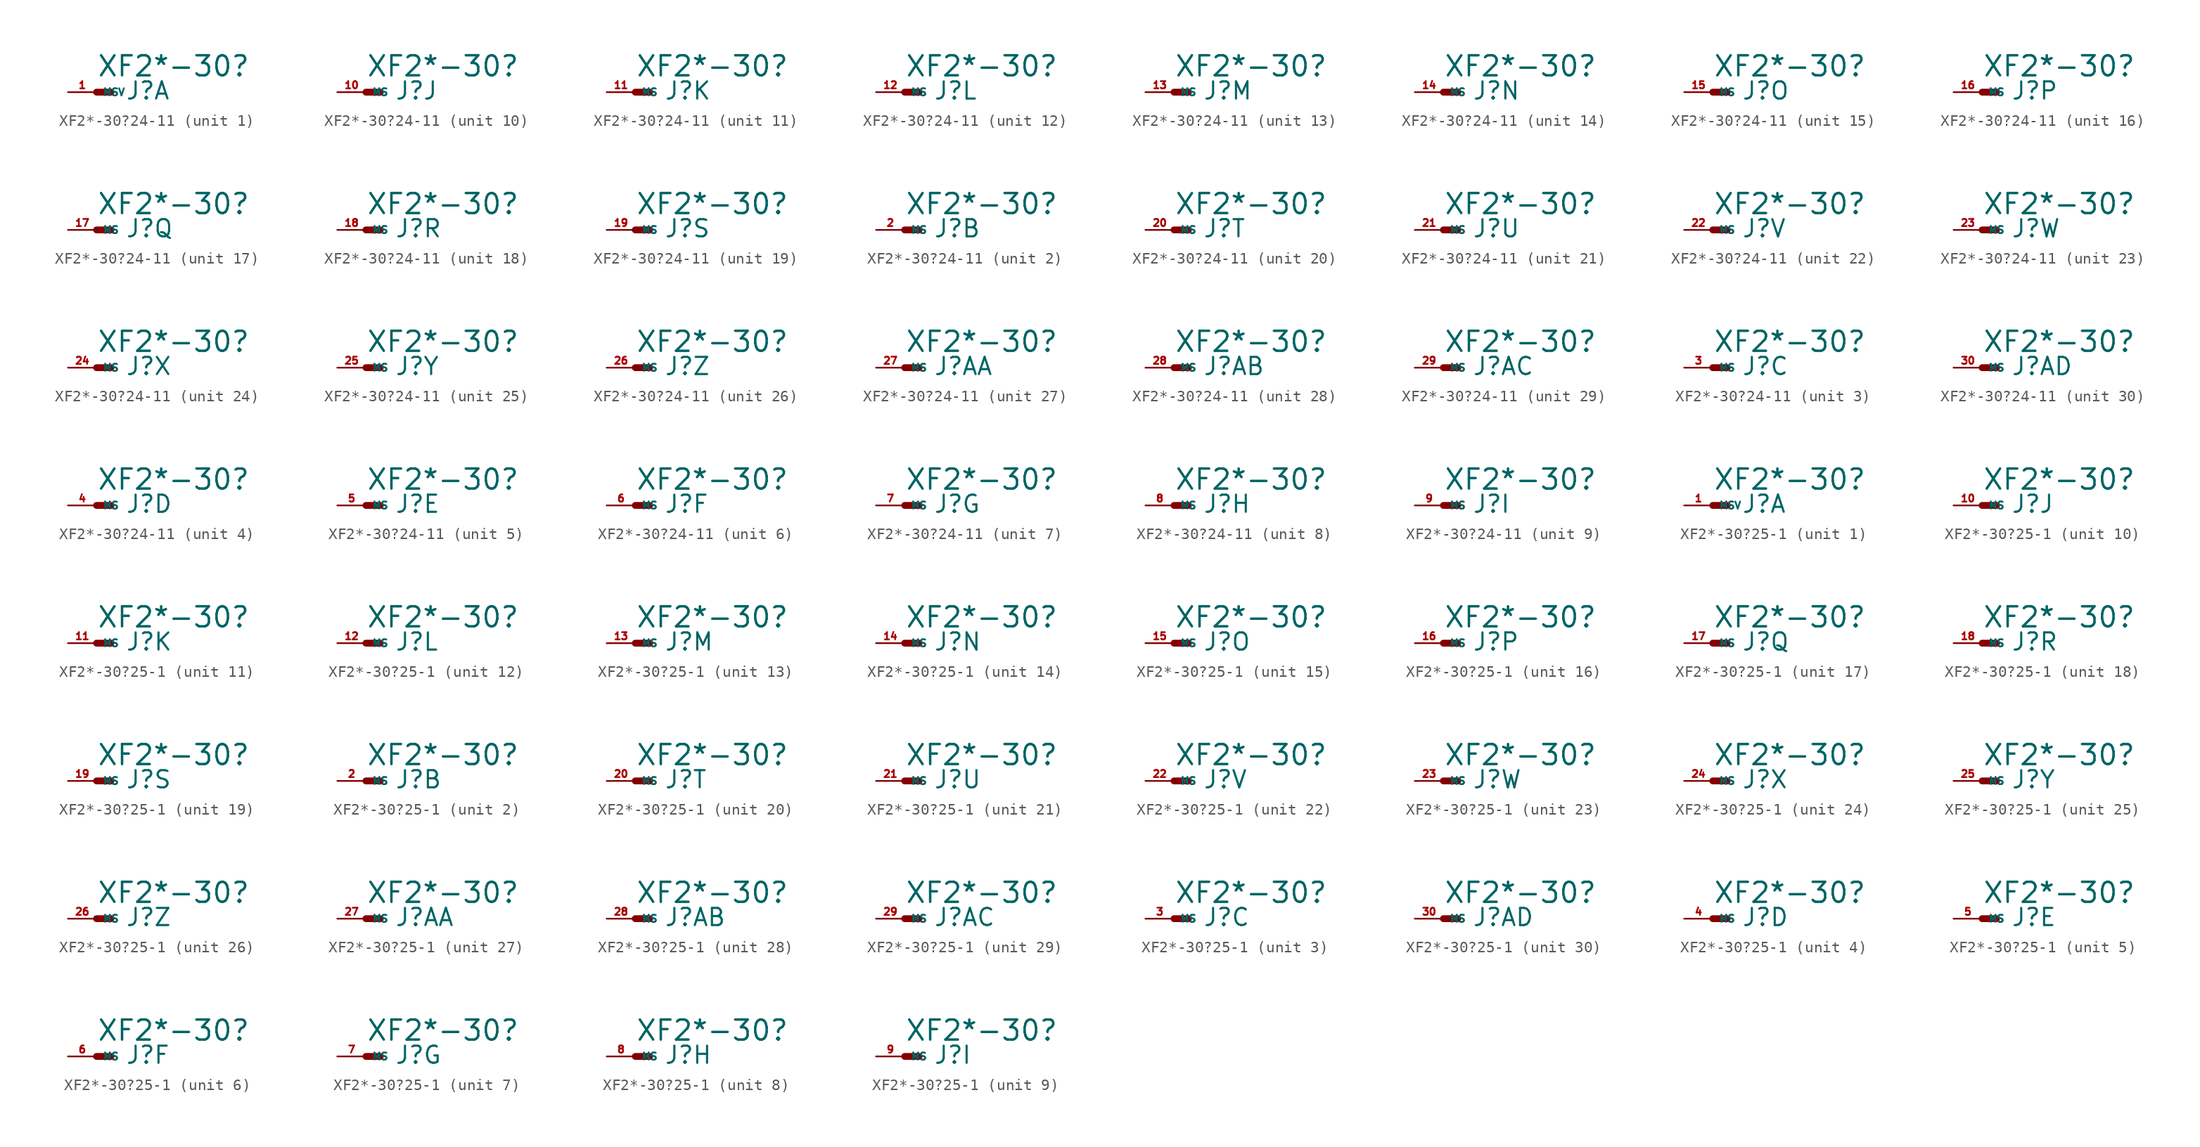
<source format=kicad_sym>
(kicad_symbol_lib
  (version 20220914)
  (generator Eagle2Kicad)
  (symbol "XF2*-30?24-11"
    (property "Reference" "J"
      (at 2.54 -0.762 0)
      (effects (font (size 1.524 1.524) (thickness 0.19)) (justify left bottom)))
    (property "Value" "XF2*-30?"
      (at 0 1.27 0)
      (effects (font (size 1.778 1.778) (thickness 0.22)) (justify left bottom)))
    (symbol "XF2*-30?24-11_1_0"
      (polyline (pts (xy 0 0) (xy 1.27 0)) (stroke (width 0.61) (type default)) (fill (type none)))
      (pin passive line (at -2.54 0 0) (length 2.54) (name "MSV" (effects (font (size 0.635 0.635) (thickness 0.08)) (justify left bottom))) (number "1" (effects (font (size 0.635 0.635) (thickness 0.08)) (justify left bottom)))))
    (symbol "XF2*-30?24-11_2_0"
      (polyline (pts (xy 0 0) (xy 1.27 0)) (stroke (width 0.61) (type default)) (fill (type none)))
      (pin passive line (at -2.54 0 0) (length 2.54) (name "MS" (effects (font (size 0.635 0.635) (thickness 0.08)) (justify left bottom))) (number "2" (effects (font (size 0.635 0.635) (thickness 0.08)) (justify left bottom)))))
    (symbol "XF2*-30?24-11_3_0"
      (polyline (pts (xy 0 0) (xy 1.27 0)) (stroke (width 0.61) (type default)) (fill (type none)))
      (pin passive line (at -2.54 0 0) (length 2.54) (name "MS" (effects (font (size 0.635 0.635) (thickness 0.08)) (justify left bottom))) (number "3" (effects (font (size 0.635 0.635) (thickness 0.08)) (justify left bottom)))))
    (symbol "XF2*-30?24-11_4_0"
      (polyline (pts (xy 0 0) (xy 1.27 0)) (stroke (width 0.61) (type default)) (fill (type none)))
      (pin passive line (at -2.54 0 0) (length 2.54) (name "MS" (effects (font (size 0.635 0.635) (thickness 0.08)) (justify left bottom))) (number "4" (effects (font (size 0.635 0.635) (thickness 0.08)) (justify left bottom)))))
    (symbol "XF2*-30?24-11_5_0"
      (polyline (pts (xy 0 0) (xy 1.27 0)) (stroke (width 0.61) (type default)) (fill (type none)))
      (pin passive line (at -2.54 0 0) (length 2.54) (name "MS" (effects (font (size 0.635 0.635) (thickness 0.08)) (justify left bottom))) (number "5" (effects (font (size 0.635 0.635) (thickness 0.08)) (justify left bottom)))))
    (symbol "XF2*-30?24-11_6_0"
      (polyline (pts (xy 0 0) (xy 1.27 0)) (stroke (width 0.61) (type default)) (fill (type none)))
      (pin passive line (at -2.54 0 0) (length 2.54) (name "MS" (effects (font (size 0.635 0.635) (thickness 0.08)) (justify left bottom))) (number "6" (effects (font (size 0.635 0.635) (thickness 0.08)) (justify left bottom)))))
    (symbol "XF2*-30?24-11_7_0"
      (polyline (pts (xy 0 0) (xy 1.27 0)) (stroke (width 0.61) (type default)) (fill (type none)))
      (pin passive line (at -2.54 0 0) (length 2.54) (name "MS" (effects (font (size 0.635 0.635) (thickness 0.08)) (justify left bottom))) (number "7" (effects (font (size 0.635 0.635) (thickness 0.08)) (justify left bottom)))))
    (symbol "XF2*-30?24-11_8_0"
      (polyline (pts (xy 0 0) (xy 1.27 0)) (stroke (width 0.61) (type default)) (fill (type none)))
      (pin passive line (at -2.54 0 0) (length 2.54) (name "MS" (effects (font (size 0.635 0.635) (thickness 0.08)) (justify left bottom))) (number "8" (effects (font (size 0.635 0.635) (thickness 0.08)) (justify left bottom)))))
    (symbol "XF2*-30?24-11_9_0"
      (polyline (pts (xy 0 0) (xy 1.27 0)) (stroke (width 0.61) (type default)) (fill (type none)))
      (pin passive line (at -2.54 0 0) (length 2.54) (name "MS" (effects (font (size 0.635 0.635) (thickness 0.08)) (justify left bottom))) (number "9" (effects (font (size 0.635 0.635) (thickness 0.08)) (justify left bottom)))))
    (symbol "XF2*-30?24-11_10_0"
      (polyline (pts (xy 0 0) (xy 1.27 0)) (stroke (width 0.61) (type default)) (fill (type none)))
      (pin passive line (at -2.54 0 0) (length 2.54) (name "MS" (effects (font (size 0.635 0.635) (thickness 0.08)) (justify left bottom))) (number "10" (effects (font (size 0.635 0.635) (thickness 0.08)) (justify left bottom)))))
    (symbol "XF2*-30?24-11_11_0"
      (polyline (pts (xy 0 0) (xy 1.27 0)) (stroke (width 0.61) (type default)) (fill (type none)))
      (pin passive line (at -2.54 0 0) (length 2.54) (name "MS" (effects (font (size 0.635 0.635) (thickness 0.08)) (justify left bottom))) (number "11" (effects (font (size 0.635 0.635) (thickness 0.08)) (justify left bottom)))))
    (symbol "XF2*-30?24-11_12_0"
      (polyline (pts (xy 0 0) (xy 1.27 0)) (stroke (width 0.61) (type default)) (fill (type none)))
      (pin passive line (at -2.54 0 0) (length 2.54) (name "MS" (effects (font (size 0.635 0.635) (thickness 0.08)) (justify left bottom))) (number "12" (effects (font (size 0.635 0.635) (thickness 0.08)) (justify left bottom)))))
    (symbol "XF2*-30?24-11_13_0"
      (polyline (pts (xy 0 0) (xy 1.27 0)) (stroke (width 0.61) (type default)) (fill (type none)))
      (pin passive line (at -2.54 0 0) (length 2.54) (name "MS" (effects (font (size 0.635 0.635) (thickness 0.08)) (justify left bottom))) (number "13" (effects (font (size 0.635 0.635) (thickness 0.08)) (justify left bottom)))))
    (symbol "XF2*-30?24-11_14_0"
      (polyline (pts (xy 0 0) (xy 1.27 0)) (stroke (width 0.61) (type default)) (fill (type none)))
      (pin passive line (at -2.54 0 0) (length 2.54) (name "MS" (effects (font (size 0.635 0.635) (thickness 0.08)) (justify left bottom))) (number "14" (effects (font (size 0.635 0.635) (thickness 0.08)) (justify left bottom)))))
    (symbol "XF2*-30?24-11_15_0"
      (polyline (pts (xy 0 0) (xy 1.27 0)) (stroke (width 0.61) (type default)) (fill (type none)))
      (pin passive line (at -2.54 0 0) (length 2.54) (name "MS" (effects (font (size 0.635 0.635) (thickness 0.08)) (justify left bottom))) (number "15" (effects (font (size 0.635 0.635) (thickness 0.08)) (justify left bottom)))))
    (symbol "XF2*-30?24-11_16_0"
      (polyline (pts (xy 0 0) (xy 1.27 0)) (stroke (width 0.61) (type default)) (fill (type none)))
      (pin passive line (at -2.54 0 0) (length 2.54) (name "MS" (effects (font (size 0.635 0.635) (thickness 0.08)) (justify left bottom))) (number "16" (effects (font (size 0.635 0.635) (thickness 0.08)) (justify left bottom)))))
    (symbol "XF2*-30?24-11_17_0"
      (polyline (pts (xy 0 0) (xy 1.27 0)) (stroke (width 0.61) (type default)) (fill (type none)))
      (pin passive line (at -2.54 0 0) (length 2.54) (name "MS" (effects (font (size 0.635 0.635) (thickness 0.08)) (justify left bottom))) (number "17" (effects (font (size 0.635 0.635) (thickness 0.08)) (justify left bottom)))))
    (symbol "XF2*-30?24-11_18_0"
      (polyline (pts (xy 0 0) (xy 1.27 0)) (stroke (width 0.61) (type default)) (fill (type none)))
      (pin passive line (at -2.54 0 0) (length 2.54) (name "MS" (effects (font (size 0.635 0.635) (thickness 0.08)) (justify left bottom))) (number "18" (effects (font (size 0.635 0.635) (thickness 0.08)) (justify left bottom)))))
    (symbol "XF2*-30?24-11_19_0"
      (polyline (pts (xy 0 0) (xy 1.27 0)) (stroke (width 0.61) (type default)) (fill (type none)))
      (pin passive line (at -2.54 0 0) (length 2.54) (name "MS" (effects (font (size 0.635 0.635) (thickness 0.08)) (justify left bottom))) (number "19" (effects (font (size 0.635 0.635) (thickness 0.08)) (justify left bottom)))))
    (symbol "XF2*-30?24-11_20_0"
      (polyline (pts (xy 0 0) (xy 1.27 0)) (stroke (width 0.61) (type default)) (fill (type none)))
      (pin passive line (at -2.54 0 0) (length 2.54) (name "MS" (effects (font (size 0.635 0.635) (thickness 0.08)) (justify left bottom))) (number "20" (effects (font (size 0.635 0.635) (thickness 0.08)) (justify left bottom)))))
    (symbol "XF2*-30?24-11_21_0"
      (polyline (pts (xy 0 0) (xy 1.27 0)) (stroke (width 0.61) (type default)) (fill (type none)))
      (pin passive line (at -2.54 0 0) (length 2.54) (name "MS" (effects (font (size 0.635 0.635) (thickness 0.08)) (justify left bottom))) (number "21" (effects (font (size 0.635 0.635) (thickness 0.08)) (justify left bottom)))))
    (symbol "XF2*-30?24-11_22_0"
      (polyline (pts (xy 0 0) (xy 1.27 0)) (stroke (width 0.61) (type default)) (fill (type none)))
      (pin passive line (at -2.54 0 0) (length 2.54) (name "MS" (effects (font (size 0.635 0.635) (thickness 0.08)) (justify left bottom))) (number "22" (effects (font (size 0.635 0.635) (thickness 0.08)) (justify left bottom)))))
    (symbol "XF2*-30?24-11_23_0"
      (polyline (pts (xy 0 0) (xy 1.27 0)) (stroke (width 0.61) (type default)) (fill (type none)))
      (pin passive line (at -2.54 0 0) (length 2.54) (name "MS" (effects (font (size 0.635 0.635) (thickness 0.08)) (justify left bottom))) (number "23" (effects (font (size 0.635 0.635) (thickness 0.08)) (justify left bottom)))))
    (symbol "XF2*-30?24-11_24_0"
      (polyline (pts (xy 0 0) (xy 1.27 0)) (stroke (width 0.61) (type default)) (fill (type none)))
      (pin passive line (at -2.54 0 0) (length 2.54) (name "MS" (effects (font (size 0.635 0.635) (thickness 0.08)) (justify left bottom))) (number "24" (effects (font (size 0.635 0.635) (thickness 0.08)) (justify left bottom)))))
    (symbol "XF2*-30?24-11_25_0"
      (polyline (pts (xy 0 0) (xy 1.27 0)) (stroke (width 0.61) (type default)) (fill (type none)))
      (pin passive line (at -2.54 0 0) (length 2.54) (name "MS" (effects (font (size 0.635 0.635) (thickness 0.08)) (justify left bottom))) (number "25" (effects (font (size 0.635 0.635) (thickness 0.08)) (justify left bottom)))))
    (symbol "XF2*-30?24-11_26_0"
      (polyline (pts (xy 0 0) (xy 1.27 0)) (stroke (width 0.61) (type default)) (fill (type none)))
      (pin passive line (at -2.54 0 0) (length 2.54) (name "MS" (effects (font (size 0.635 0.635) (thickness 0.08)) (justify left bottom))) (number "26" (effects (font (size 0.635 0.635) (thickness 0.08)) (justify left bottom)))))
    (symbol "XF2*-30?24-11_27_0"
      (polyline (pts (xy 0 0) (xy 1.27 0)) (stroke (width 0.61) (type default)) (fill (type none)))
      (pin passive line (at -2.54 0 0) (length 2.54) (name "MS" (effects (font (size 0.635 0.635) (thickness 0.08)) (justify left bottom))) (number "27" (effects (font (size 0.635 0.635) (thickness 0.08)) (justify left bottom)))))
    (symbol "XF2*-30?24-11_28_0"
      (polyline (pts (xy 0 0) (xy 1.27 0)) (stroke (width 0.61) (type default)) (fill (type none)))
      (pin passive line (at -2.54 0 0) (length 2.54) (name "MS" (effects (font (size 0.635 0.635) (thickness 0.08)) (justify left bottom))) (number "28" (effects (font (size 0.635 0.635) (thickness 0.08)) (justify left bottom)))))
    (symbol "XF2*-30?24-11_29_0"
      (polyline (pts (xy 0 0) (xy 1.27 0)) (stroke (width 0.61) (type default)) (fill (type none)))
      (pin passive line (at -2.54 0 0) (length 2.54) (name "MS" (effects (font (size 0.635 0.635) (thickness 0.08)) (justify left bottom))) (number "29" (effects (font (size 0.635 0.635) (thickness 0.08)) (justify left bottom)))))
    (symbol "XF2*-30?24-11_30_0"
      (polyline (pts (xy 0 0) (xy 1.27 0)) (stroke (width 0.61) (type default)) (fill (type none)))
      (pin passive line (at -2.54 0 0) (length 2.54) (name "MS" (effects (font (size 0.635 0.635) (thickness 0.08)) (justify left bottom))) (number "30" (effects (font (size 0.635 0.635) (thickness 0.08)) (justify left bottom))))))
  (symbol "XF2*-30?25-1"
    (property "Reference" "J"
      (at 2.54 -0.762 0)
      (effects (font (size 1.524 1.524) (thickness 0.19)) (justify left bottom)))
    (property "Value" "XF2*-30?"
      (at 0 1.27 0)
      (effects (font (size 1.778 1.778) (thickness 0.22)) (justify left bottom)))
    (symbol "XF2*-30?25-1_1_0"
      (polyline (pts (xy 0 0) (xy 1.27 0)) (stroke (width 0.61) (type default)) (fill (type none)))
      (pin passive line (at -2.54 0 0) (length 2.54) (name "MSV" (effects (font (size 0.635 0.635) (thickness 0.08)) (justify left bottom))) (number "1" (effects (font (size 0.635 0.635) (thickness 0.08)) (justify left bottom)))))
    (symbol "XF2*-30?25-1_2_0"
      (polyline (pts (xy 0 0) (xy 1.27 0)) (stroke (width 0.61) (type default)) (fill (type none)))
      (pin passive line (at -2.54 0 0) (length 2.54) (name "MS" (effects (font (size 0.635 0.635) (thickness 0.08)) (justify left bottom))) (number "2" (effects (font (size 0.635 0.635) (thickness 0.08)) (justify left bottom)))))
    (symbol "XF2*-30?25-1_3_0"
      (polyline (pts (xy 0 0) (xy 1.27 0)) (stroke (width 0.61) (type default)) (fill (type none)))
      (pin passive line (at -2.54 0 0) (length 2.54) (name "MS" (effects (font (size 0.635 0.635) (thickness 0.08)) (justify left bottom))) (number "3" (effects (font (size 0.635 0.635) (thickness 0.08)) (justify left bottom)))))
    (symbol "XF2*-30?25-1_4_0"
      (polyline (pts (xy 0 0) (xy 1.27 0)) (stroke (width 0.61) (type default)) (fill (type none)))
      (pin passive line (at -2.54 0 0) (length 2.54) (name "MS" (effects (font (size 0.635 0.635) (thickness 0.08)) (justify left bottom))) (number "4" (effects (font (size 0.635 0.635) (thickness 0.08)) (justify left bottom)))))
    (symbol "XF2*-30?25-1_5_0"
      (polyline (pts (xy 0 0) (xy 1.27 0)) (stroke (width 0.61) (type default)) (fill (type none)))
      (pin passive line (at -2.54 0 0) (length 2.54) (name "MS" (effects (font (size 0.635 0.635) (thickness 0.08)) (justify left bottom))) (number "5" (effects (font (size 0.635 0.635) (thickness 0.08)) (justify left bottom)))))
    (symbol "XF2*-30?25-1_6_0"
      (polyline (pts (xy 0 0) (xy 1.27 0)) (stroke (width 0.61) (type default)) (fill (type none)))
      (pin passive line (at -2.54 0 0) (length 2.54) (name "MS" (effects (font (size 0.635 0.635) (thickness 0.08)) (justify left bottom))) (number "6" (effects (font (size 0.635 0.635) (thickness 0.08)) (justify left bottom)))))
    (symbol "XF2*-30?25-1_7_0"
      (polyline (pts (xy 0 0) (xy 1.27 0)) (stroke (width 0.61) (type default)) (fill (type none)))
      (pin passive line (at -2.54 0 0) (length 2.54) (name "MS" (effects (font (size 0.635 0.635) (thickness 0.08)) (justify left bottom))) (number "7" (effects (font (size 0.635 0.635) (thickness 0.08)) (justify left bottom)))))
    (symbol "XF2*-30?25-1_8_0"
      (polyline (pts (xy 0 0) (xy 1.27 0)) (stroke (width 0.61) (type default)) (fill (type none)))
      (pin passive line (at -2.54 0 0) (length 2.54) (name "MS" (effects (font (size 0.635 0.635) (thickness 0.08)) (justify left bottom))) (number "8" (effects (font (size 0.635 0.635) (thickness 0.08)) (justify left bottom)))))
    (symbol "XF2*-30?25-1_9_0"
      (polyline (pts (xy 0 0) (xy 1.27 0)) (stroke (width 0.61) (type default)) (fill (type none)))
      (pin passive line (at -2.54 0 0) (length 2.54) (name "MS" (effects (font (size 0.635 0.635) (thickness 0.08)) (justify left bottom))) (number "9" (effects (font (size 0.635 0.635) (thickness 0.08)) (justify left bottom)))))
    (symbol "XF2*-30?25-1_10_0"
      (polyline (pts (xy 0 0) (xy 1.27 0)) (stroke (width 0.61) (type default)) (fill (type none)))
      (pin passive line (at -2.54 0 0) (length 2.54) (name "MS" (effects (font (size 0.635 0.635) (thickness 0.08)) (justify left bottom))) (number "10" (effects (font (size 0.635 0.635) (thickness 0.08)) (justify left bottom)))))
    (symbol "XF2*-30?25-1_11_0"
      (polyline (pts (xy 0 0) (xy 1.27 0)) (stroke (width 0.61) (type default)) (fill (type none)))
      (pin passive line (at -2.54 0 0) (length 2.54) (name "MS" (effects (font (size 0.635 0.635) (thickness 0.08)) (justify left bottom))) (number "11" (effects (font (size 0.635 0.635) (thickness 0.08)) (justify left bottom)))))
    (symbol "XF2*-30?25-1_12_0"
      (polyline (pts (xy 0 0) (xy 1.27 0)) (stroke (width 0.61) (type default)) (fill (type none)))
      (pin passive line (at -2.54 0 0) (length 2.54) (name "MS" (effects (font (size 0.635 0.635) (thickness 0.08)) (justify left bottom))) (number "12" (effects (font (size 0.635 0.635) (thickness 0.08)) (justify left bottom)))))
    (symbol "XF2*-30?25-1_13_0"
      (polyline (pts (xy 0 0) (xy 1.27 0)) (stroke (width 0.61) (type default)) (fill (type none)))
      (pin passive line (at -2.54 0 0) (length 2.54) (name "MS" (effects (font (size 0.635 0.635) (thickness 0.08)) (justify left bottom))) (number "13" (effects (font (size 0.635 0.635) (thickness 0.08)) (justify left bottom)))))
    (symbol "XF2*-30?25-1_14_0"
      (polyline (pts (xy 0 0) (xy 1.27 0)) (stroke (width 0.61) (type default)) (fill (type none)))
      (pin passive line (at -2.54 0 0) (length 2.54) (name "MS" (effects (font (size 0.635 0.635) (thickness 0.08)) (justify left bottom))) (number "14" (effects (font (size 0.635 0.635) (thickness 0.08)) (justify left bottom)))))
    (symbol "XF2*-30?25-1_15_0"
      (polyline (pts (xy 0 0) (xy 1.27 0)) (stroke (width 0.61) (type default)) (fill (type none)))
      (pin passive line (at -2.54 0 0) (length 2.54) (name "MS" (effects (font (size 0.635 0.635) (thickness 0.08)) (justify left bottom))) (number "15" (effects (font (size 0.635 0.635) (thickness 0.08)) (justify left bottom)))))
    (symbol "XF2*-30?25-1_16_0"
      (polyline (pts (xy 0 0) (xy 1.27 0)) (stroke (width 0.61) (type default)) (fill (type none)))
      (pin passive line (at -2.54 0 0) (length 2.54) (name "MS" (effects (font (size 0.635 0.635) (thickness 0.08)) (justify left bottom))) (number "16" (effects (font (size 0.635 0.635) (thickness 0.08)) (justify left bottom)))))
    (symbol "XF2*-30?25-1_17_0"
      (polyline (pts (xy 0 0) (xy 1.27 0)) (stroke (width 0.61) (type default)) (fill (type none)))
      (pin passive line (at -2.54 0 0) (length 2.54) (name "MS" (effects (font (size 0.635 0.635) (thickness 0.08)) (justify left bottom))) (number "17" (effects (font (size 0.635 0.635) (thickness 0.08)) (justify left bottom)))))
    (symbol "XF2*-30?25-1_18_0"
      (polyline (pts (xy 0 0) (xy 1.27 0)) (stroke (width 0.61) (type default)) (fill (type none)))
      (pin passive line (at -2.54 0 0) (length 2.54) (name "MS" (effects (font (size 0.635 0.635) (thickness 0.08)) (justify left bottom))) (number "18" (effects (font (size 0.635 0.635) (thickness 0.08)) (justify left bottom)))))
    (symbol "XF2*-30?25-1_19_0"
      (polyline (pts (xy 0 0) (xy 1.27 0)) (stroke (width 0.61) (type default)) (fill (type none)))
      (pin passive line (at -2.54 0 0) (length 2.54) (name "MS" (effects (font (size 0.635 0.635) (thickness 0.08)) (justify left bottom))) (number "19" (effects (font (size 0.635 0.635) (thickness 0.08)) (justify left bottom)))))
    (symbol "XF2*-30?25-1_20_0"
      (polyline (pts (xy 0 0) (xy 1.27 0)) (stroke (width 0.61) (type default)) (fill (type none)))
      (pin passive line (at -2.54 0 0) (length 2.54) (name "MS" (effects (font (size 0.635 0.635) (thickness 0.08)) (justify left bottom))) (number "20" (effects (font (size 0.635 0.635) (thickness 0.08)) (justify left bottom)))))
    (symbol "XF2*-30?25-1_21_0"
      (polyline (pts (xy 0 0) (xy 1.27 0)) (stroke (width 0.61) (type default)) (fill (type none)))
      (pin passive line (at -2.54 0 0) (length 2.54) (name "MS" (effects (font (size 0.635 0.635) (thickness 0.08)) (justify left bottom))) (number "21" (effects (font (size 0.635 0.635) (thickness 0.08)) (justify left bottom)))))
    (symbol "XF2*-30?25-1_22_0"
      (polyline (pts (xy 0 0) (xy 1.27 0)) (stroke (width 0.61) (type default)) (fill (type none)))
      (pin passive line (at -2.54 0 0) (length 2.54) (name "MS" (effects (font (size 0.635 0.635) (thickness 0.08)) (justify left bottom))) (number "22" (effects (font (size 0.635 0.635) (thickness 0.08)) (justify left bottom)))))
    (symbol "XF2*-30?25-1_23_0"
      (polyline (pts (xy 0 0) (xy 1.27 0)) (stroke (width 0.61) (type default)) (fill (type none)))
      (pin passive line (at -2.54 0 0) (length 2.54) (name "MS" (effects (font (size 0.635 0.635) (thickness 0.08)) (justify left bottom))) (number "23" (effects (font (size 0.635 0.635) (thickness 0.08)) (justify left bottom)))))
    (symbol "XF2*-30?25-1_24_0"
      (polyline (pts (xy 0 0) (xy 1.27 0)) (stroke (width 0.61) (type default)) (fill (type none)))
      (pin passive line (at -2.54 0 0) (length 2.54) (name "MS" (effects (font (size 0.635 0.635) (thickness 0.08)) (justify left bottom))) (number "24" (effects (font (size 0.635 0.635) (thickness 0.08)) (justify left bottom)))))
    (symbol "XF2*-30?25-1_25_0"
      (polyline (pts (xy 0 0) (xy 1.27 0)) (stroke (width 0.61) (type default)) (fill (type none)))
      (pin passive line (at -2.54 0 0) (length 2.54) (name "MS" (effects (font (size 0.635 0.635) (thickness 0.08)) (justify left bottom))) (number "25" (effects (font (size 0.635 0.635) (thickness 0.08)) (justify left bottom)))))
    (symbol "XF2*-30?25-1_26_0"
      (polyline (pts (xy 0 0) (xy 1.27 0)) (stroke (width 0.61) (type default)) (fill (type none)))
      (pin passive line (at -2.54 0 0) (length 2.54) (name "MS" (effects (font (size 0.635 0.635) (thickness 0.08)) (justify left bottom))) (number "26" (effects (font (size 0.635 0.635) (thickness 0.08)) (justify left bottom)))))
    (symbol "XF2*-30?25-1_27_0"
      (polyline (pts (xy 0 0) (xy 1.27 0)) (stroke (width 0.61) (type default)) (fill (type none)))
      (pin passive line (at -2.54 0 0) (length 2.54) (name "MS" (effects (font (size 0.635 0.635) (thickness 0.08)) (justify left bottom))) (number "27" (effects (font (size 0.635 0.635) (thickness 0.08)) (justify left bottom)))))
    (symbol "XF2*-30?25-1_28_0"
      (polyline (pts (xy 0 0) (xy 1.27 0)) (stroke (width 0.61) (type default)) (fill (type none)))
      (pin passive line (at -2.54 0 0) (length 2.54) (name "MS" (effects (font (size 0.635 0.635) (thickness 0.08)) (justify left bottom))) (number "28" (effects (font (size 0.635 0.635) (thickness 0.08)) (justify left bottom)))))
    (symbol "XF2*-30?25-1_29_0"
      (polyline (pts (xy 0 0) (xy 1.27 0)) (stroke (width 0.61) (type default)) (fill (type none)))
      (pin passive line (at -2.54 0 0) (length 2.54) (name "MS" (effects (font (size 0.635 0.635) (thickness 0.08)) (justify left bottom))) (number "29" (effects (font (size 0.635 0.635) (thickness 0.08)) (justify left bottom)))))
    (symbol "XF2*-30?25-1_30_0"
      (polyline (pts (xy 0 0) (xy 1.27 0)) (stroke (width 0.61) (type default)) (fill (type none)))
      (pin passive line (at -2.54 0 0) (length 2.54) (name "MS" (effects (font (size 0.635 0.635) (thickness 0.08)) (justify left bottom))) (number "30" (effects (font (size 0.635 0.635) (thickness 0.08)) (justify left bottom)))))))
</source>
